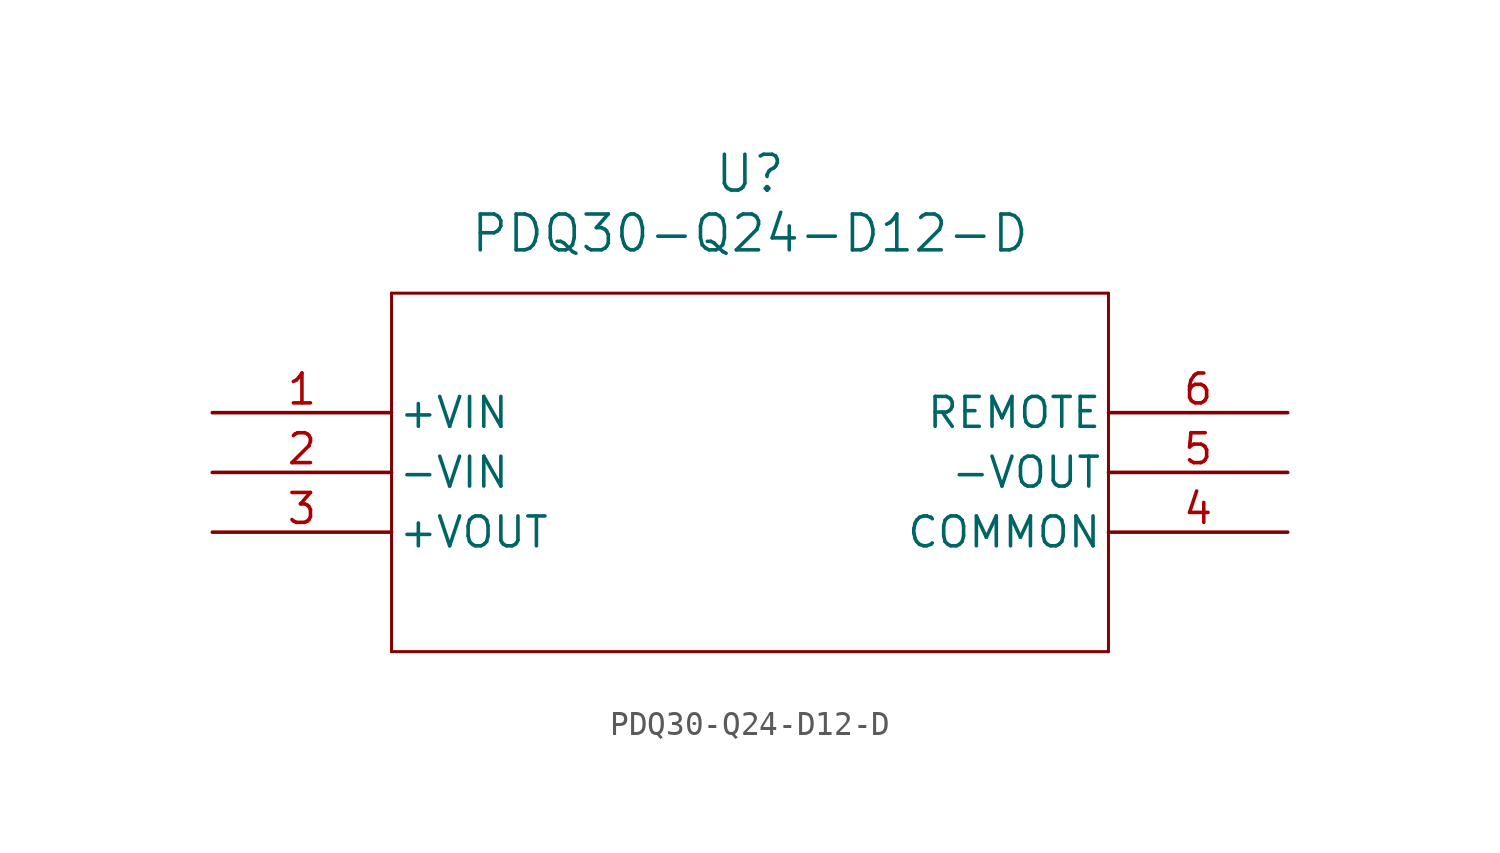
<source format=kicad_sym>
(kicad_symbol_lib
  (version 20211014)
  (generator kicad_symbol_editor)
  (symbol "PDQ30-Q24-D12-D"
    (pin_names
      (offset 0.254))
    (property "Reference" "U"
      (at 22.86 10.16 0)
      (effects (font (size 1.524 1.524))))
    (property "Value" "PDQ30-Q24-D12-D"
      (at 22.86 7.62 0)
      (effects (font (size 1.524 1.524))))
    (symbol "PDQ30-Q24-D12-D_0_1"
      (polyline (pts (xy 7.62 5.08) (xy 7.62 -10.16)) (stroke (width 0.127) (type default) (color 0 0 0 0)) (fill (type none)))
      (polyline (pts (xy 7.62 -10.16) (xy 38.1 -10.16)) (stroke (width 0.127) (type default) (color 0 0 0 0)) (fill (type none)))
      (polyline (pts (xy 38.1 -10.16) (xy 38.1 5.08)) (stroke (width 0.127) (type default) (color 0 0 0 0)) (fill (type none)))
      (polyline (pts (xy 38.1 5.08) (xy 7.62 5.08)) (stroke (width 0.127) (type default) (color 0 0 0 0)) (fill (type none)))
      (pin power_in line (at 0 0 0) (length 7.62) (name "+VIN" (effects (font (size 1.27 1.27)))) (number "1" (effects (font (size 1.27 1.27)))))
      (pin power_in line (at 0 -2.54 0) (length 7.62) (name "-VIN" (effects (font (size 1.27 1.27)))) (number "2" (effects (font (size 1.27 1.27)))))
      (pin power_in line (at 0 -5.08 0) (length 7.62) (name "+VOUT" (effects (font (size 1.27 1.27)))) (number "3" (effects (font (size 1.27 1.27)))))
      (pin unspecified line (at 45.72 -5.08 180) (length 7.62) (name "COMMON" (effects (font (size 1.27 1.27)))) (number "4" (effects (font (size 1.27 1.27)))))
      (pin power_in line (at 45.72 -2.54 180) (length 7.62) (name "-VOUT" (effects (font (size 1.27 1.27)))) (number "5" (effects (font (size 1.27 1.27)))))
      (pin unspecified line (at 45.72 0 180) (length 7.62) (name "REMOTE" (effects (font (size 1.27 1.27)))) (number "6" (effects (font (size 1.27 1.27))))))))
</source>
